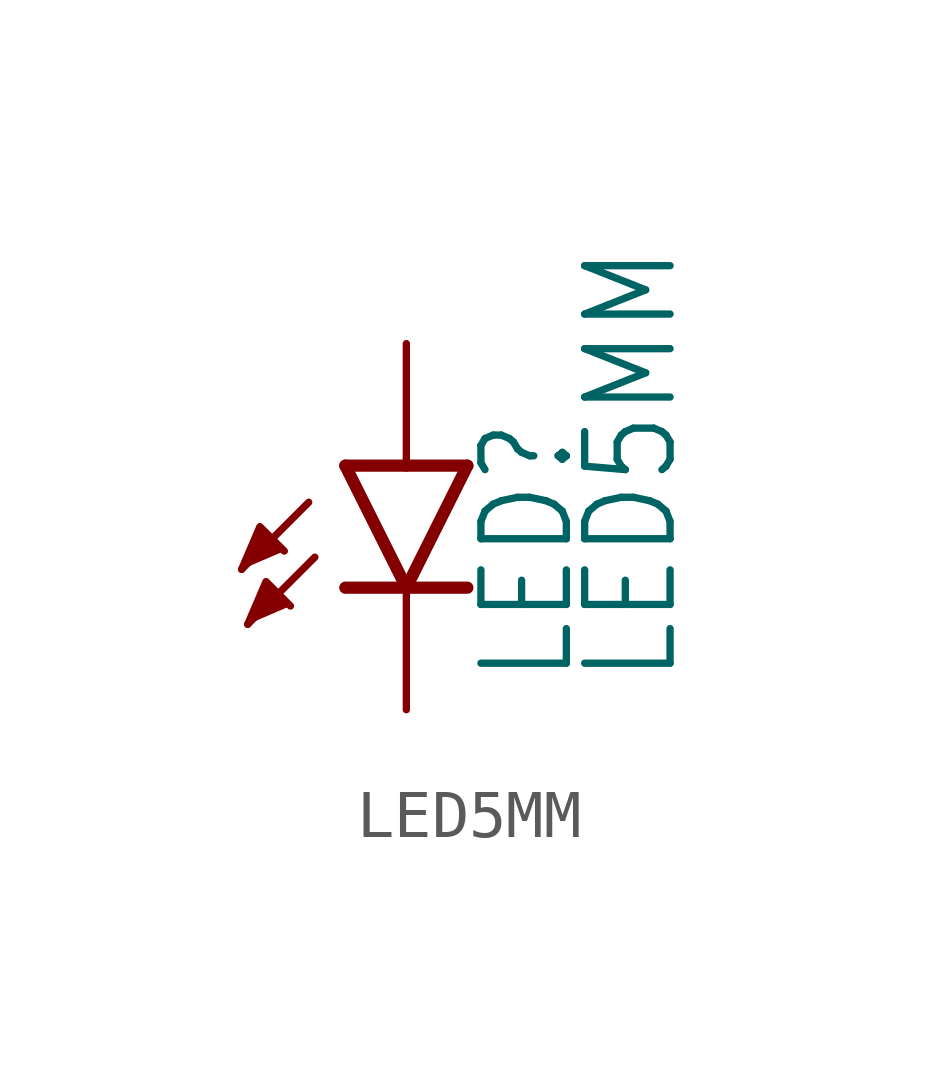
<source format=kicad_sym>
(kicad_symbol_lib
  (version 20210619)
  (generator kicad_symbol_editor)
  (symbol "LED5MM"
    (property "Reference" "LED"
      (at 3.556 -4.572 90)
      (effects (font (size 1.778 1.511)) (justify left bottom)))
    (property "Value" "LED5MM"
      (at 5.715 -4.572 90)
      (effects (font (size 1.778 1.511)) (justify left bottom)))
    (property "ki_locked" ""
      (at 0 0 0)
      (effects (font (size 1.27 1.27))))
    (symbol "LED5MM_1_0"
      (polyline (pts (xy -2.032 -0.762) (xy -3.429 -2.159)) (stroke (width 0.152)) (fill (type none)))
      (polyline (pts (xy -1.905 -1.905) (xy -3.302 -3.302)) (stroke (width 0.152)) (fill (type none)))
      (polyline (pts (xy 0 -2.54) (xy -1.27 -2.54)) (stroke (width 0.254)) (fill (type none)))
      (polyline (pts (xy 0 -2.54) (xy -1.27 0)) (stroke (width 0.254)) (fill (type none)))
      (polyline (pts (xy 0 0) (xy -1.27 0)) (stroke (width 0.254)) (fill (type none)))
      (polyline (pts (xy 1.27 -2.54) (xy 0 -2.54)) (stroke (width 0.254)) (fill (type none)))
      (polyline (pts (xy 1.27 0) (xy 0 -2.54)) (stroke (width 0.254)) (fill (type none)))
      (polyline (pts (xy 1.27 0) (xy 0 0)) (stroke (width 0.254)) (fill (type none)))
      (polyline (pts (xy -3.429 -2.159) (xy -3.048 -1.27) (xy -2.54 -1.778)) (stroke (width 0)) (fill (type outline)))
      (polyline (pts (xy -3.302 -3.302) (xy -2.921 -2.413) (xy -2.413 -2.921)) (stroke (width 0)) (fill (type outline)))
      (pin passive line (at 0 2.54 270) (length 2.54) (name "A" (effects (font (size 0 0)))) (number "A" (effects (font (size 0 0)))))
      (pin passive line (at 0 -5.08 90) (length 2.54) (name "C" (effects (font (size 0 0)))) (number "K" (effects (font (size 0 0))))))))
</source>
